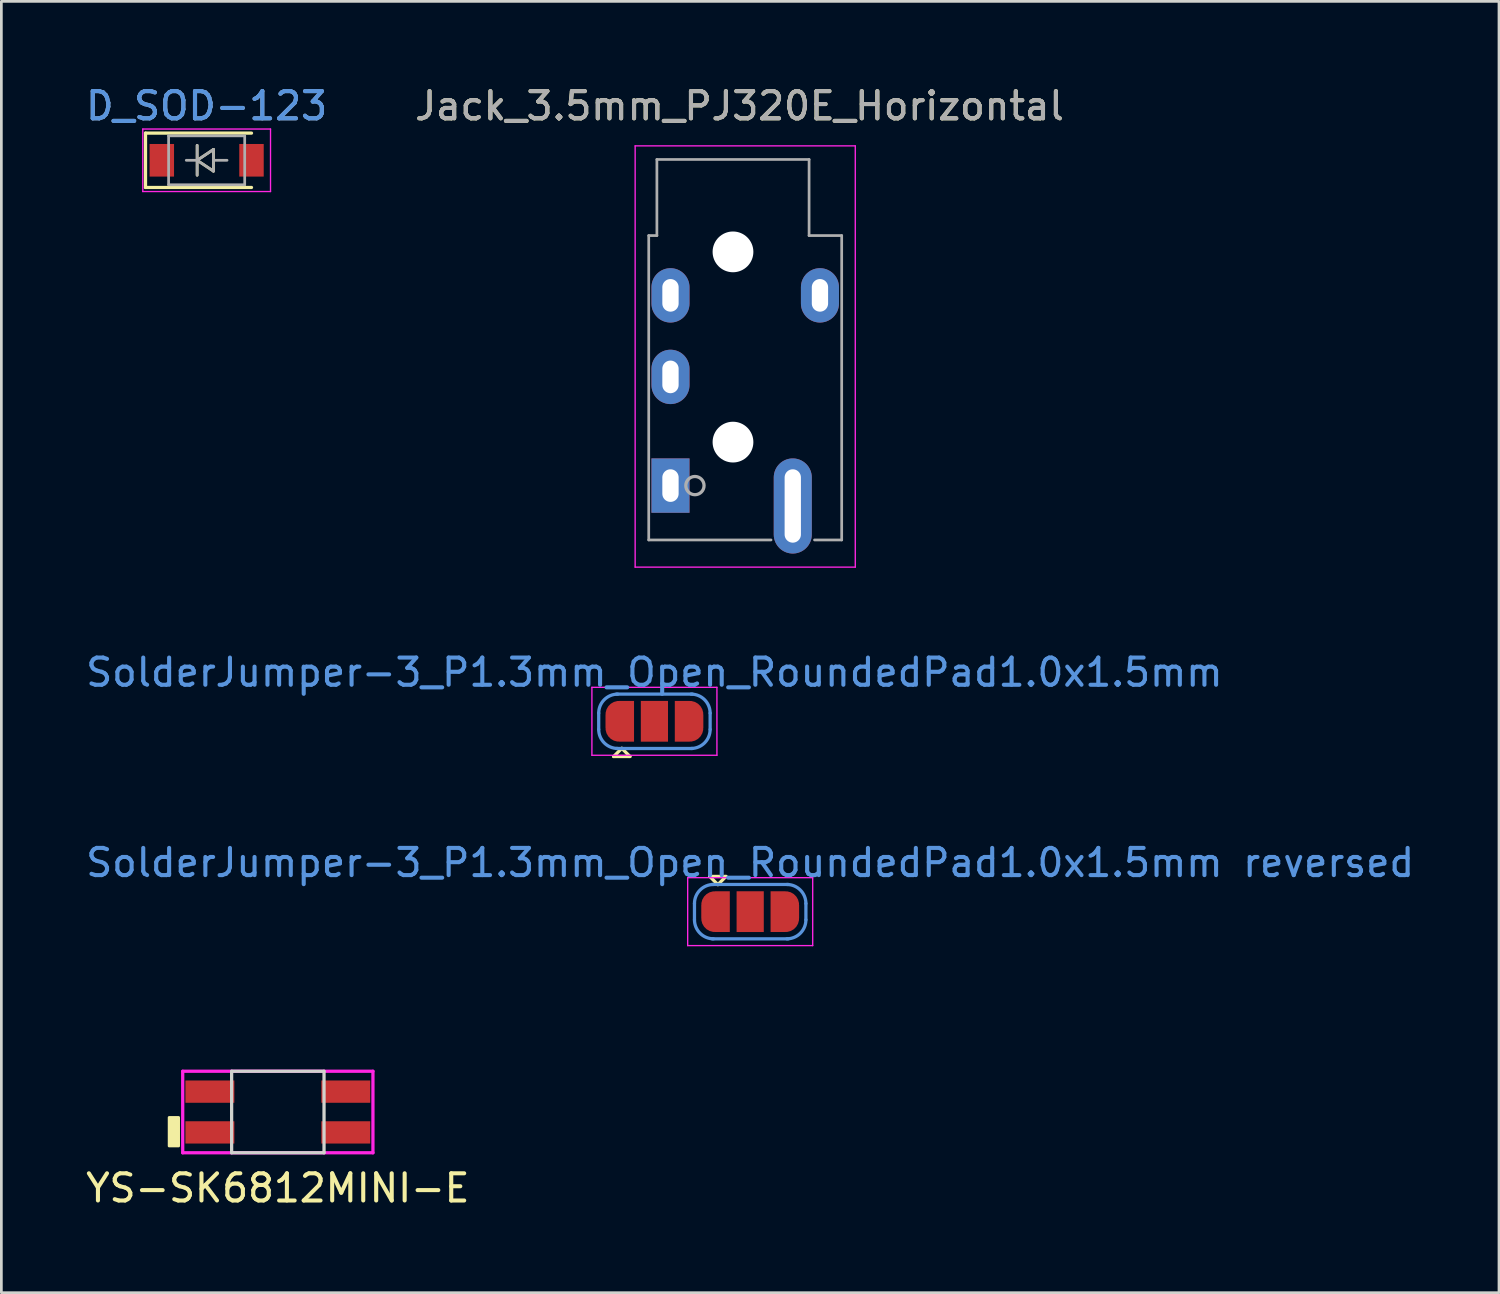
<source format=kicad_pcb>
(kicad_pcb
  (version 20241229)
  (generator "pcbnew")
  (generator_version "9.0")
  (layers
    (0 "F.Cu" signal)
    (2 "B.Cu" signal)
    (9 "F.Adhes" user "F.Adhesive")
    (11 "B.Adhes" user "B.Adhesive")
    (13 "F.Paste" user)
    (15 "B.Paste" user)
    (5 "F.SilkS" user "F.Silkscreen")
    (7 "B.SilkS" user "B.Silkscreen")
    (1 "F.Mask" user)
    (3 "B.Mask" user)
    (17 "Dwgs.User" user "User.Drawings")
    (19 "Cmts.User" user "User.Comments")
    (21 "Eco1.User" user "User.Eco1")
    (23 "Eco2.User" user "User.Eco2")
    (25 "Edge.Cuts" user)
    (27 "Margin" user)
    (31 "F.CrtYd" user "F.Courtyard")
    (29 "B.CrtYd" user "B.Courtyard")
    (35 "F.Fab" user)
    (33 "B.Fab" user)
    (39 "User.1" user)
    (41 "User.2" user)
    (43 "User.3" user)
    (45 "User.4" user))
  (footprint "SolderJumper-3_P1.3mm_Open_RoundedPad1.0x1.5mm reversed"
    (layer "F.Cu")
    (at 24.554 30.495)
    (property "Reference" "SolderJumper-3_P1.3mm_Open_RoundedPad1.0x1.5mm reversed" (at 0 -1.8 0) (layer "Cmts.User") (effects (font (size 1 1) (thickness 0.15))))
    (attr exclude_from_pos_files exclude_from_bom)
    (fp_line (start -1.189 -0.995) (end -1.489 -1.295) (stroke (width 0.12) (type solid)) (layer "F.SilkS"))
    (fp_line (start -1.189 -0.995) (end -0.889 -1.295) (stroke (width 0.12) (type solid)) (layer "F.SilkS"))
    (fp_line (start -0.889 -1.295) (end -1.489 -1.295) (stroke (width 0.12) (type solid)) (layer "F.SilkS"))
    (fp_line (start -2.05 0.3) (end -2.05 -0.3) (stroke (width 0.12) (type solid)) (layer "Cmts.User"))
    (fp_line (start -1.4 -1) (end 1.4 -1) (stroke (width 0.12) (type solid)) (layer "Cmts.User"))
    (fp_line (start 1.4 1) (end -1.4 1) (stroke (width 0.12) (type solid)) (layer "Cmts.User"))
    (fp_line (start 2.05 -0.3) (end 2.05 0.3) (stroke (width 0.12) (type solid)) (layer "Cmts.User"))
    (fp_arc (start -2.05 -0.3) (mid -1.844975 -0.794975) (end -1.35 -1) (stroke (width 0.12) (type solid)) (layer "Cmts.User"))
    (fp_arc (start -1.35 1) (mid -1.844975 0.794975) (end -2.05 0.3) (stroke (width 0.12) (type solid)) (layer "Cmts.User"))
    (fp_arc (start 1.35 -1) (mid 1.844975 -0.794975) (end 2.05 -0.3) (stroke (width 0.12) (type solid)) (layer "Cmts.User"))
    (fp_arc (start 2.05 0.3) (mid 1.844975 0.794975) (end 1.35 1) (stroke (width 0.12) (type solid)) (layer "Cmts.User"))
    (fp_line (start -2.3 -1.25) (end -2.3 1.25) (stroke (width 0.05) (type solid)) (layer "F.CrtYd"))
    (fp_line (start -2.3 -1.25) (end 2.3 -1.25) (stroke (width 0.05) (type solid)) (layer "F.CrtYd"))
    (fp_line (start 2.3 1.25) (end -2.3 1.25) (stroke (width 0.05) (type solid)) (layer "F.CrtYd"))
    (fp_line (start 2.3 1.25) (end 2.3 -1.25) (stroke (width 0.05) (type solid)) (layer "F.CrtYd"))
    (pad "1" smd custom (at -1.3 0) (size 1 0.5) (layers "F.Cu" "F.Mask") (options (anchor rect)) (primitives (gr_circle (center 0 0.25) (end 0.5 0.25) (width 0) (fill yes)) (gr_circle (center 0 -0.25) (end 0.5 -0.25) (width 0) (fill yes)) (gr_poly (pts (xy 0.55 0.75) (xy 0 0.75) (xy 0 -0.75) (xy 0.55 -0.75)) (width 0) (fill yes))))
    (pad "2" smd rect (at 0 0) (size 1 1.5) (layers "F.Cu" "F.Mask"))
    (pad "3" smd custom (at 1.3 0) (size 1 0.5) (layers "F.Cu" "F.Mask") (options (anchor rect)) (primitives (gr_circle (center 0 0.25) (end 0.5 0.25) (width 0) (fill yes)) (gr_circle (center 0 -0.25) (end 0.5 -0.25) (width 0) (fill yes)) (gr_poly (pts (xy 0 0.75) (xy -0.55 0.75) (xy -0.55 -0.75) (xy 0 -0.75)) (width 0) (fill yes)))))
  (footprint "D_SOD-123"
    (layer "F.Cu")
    (at 4.554 2.848)
    (property "Reference" "D_SOD-123" (at 0 -2 0) (layer "Cmts.User") (effects (font (size 1 1) (thickness 0.15))))
    (attr smd)
    (fp_line (start -2.25 -1) (end -2.25 1) (stroke (width 0.12) (type solid)) (layer "F.SilkS"))
    (fp_line (start -2.25 -1) (end 1.65 -1) (stroke (width 0.12) (type solid)) (layer "F.SilkS"))
    (fp_line (start -2.25 1) (end 1.65 1) (stroke (width 0.12) (type solid)) (layer "F.SilkS"))
    (fp_line (start -0.35 0) (end -0.35 -0.55) (stroke (width 0.1) (type solid)) (layer "F.SilkS"))
    (fp_line (start -0.35 0) (end -0.35 0.55) (stroke (width 0.1) (type solid)) (layer "F.SilkS"))
    (fp_line (start -0.35 0) (end 0.25 -0.4) (stroke (width 0.1) (type solid)) (layer "F.SilkS"))
    (fp_line (start 0.25 -0.4) (end 0.25 0.4) (stroke (width 0.1) (type solid)) (layer "F.SilkS"))
    (fp_line (start 0.25 0.4) (end -0.35 0) (stroke (width 0.1) (type solid)) (layer "F.SilkS"))
    (fp_line (start -2.35 -1.15) (end -2.35 1.15) (stroke (width 0.05) (type solid)) (layer "F.CrtYd"))
    (fp_line (start -2.35 -1.15) (end 2.35 -1.15) (stroke (width 0.05) (type solid)) (layer "F.CrtYd"))
    (fp_line (start 2.35 -1.15) (end 2.35 1.15) (stroke (width 0.05) (type solid)) (layer "F.CrtYd"))
    (fp_line (start 2.35 1.15) (end -2.35 1.15) (stroke (width 0.05) (type solid)) (layer "F.CrtYd"))
    (fp_line (start -1.4 -0.9) (end 1.4 -0.9) (stroke (width 0.1) (type solid)) (layer "F.Fab"))
    (fp_line (start -1.4 0.9) (end -1.4 -0.9) (stroke (width 0.1) (type solid)) (layer "F.Fab"))
    (fp_line (start -0.75 0) (end -0.35 0) (stroke (width 0.1) (type solid)) (layer "F.Fab"))
    (fp_line (start -0.35 0) (end -0.35 -0.55) (stroke (width 0.1) (type solid)) (layer "F.Fab"))
    (fp_line (start -0.35 0) (end -0.35 0.55) (stroke (width 0.1) (type solid)) (layer "F.Fab"))
    (fp_line (start -0.35 0) (end 0.25 -0.4) (stroke (width 0.1) (type solid)) (layer "F.Fab"))
    (fp_line (start 0.25 -0.4) (end 0.25 0.4) (stroke (width 0.1) (type solid)) (layer "F.Fab"))
    (fp_line (start 0.25 0) (end 0.75 0) (stroke (width 0.1) (type solid)) (layer "F.Fab"))
    (fp_line (start 0.25 0.4) (end -0.35 0) (stroke (width 0.1) (type solid)) (layer "F.Fab"))
    (fp_line (start 1.4 -0.9) (end 1.4 0.9) (stroke (width 0.1) (type solid)) (layer "F.Fab"))
    (fp_line (start 1.4 0.9) (end -1.4 0.9) (stroke (width 0.1) (type solid)) (layer "F.Fab"))
    (fp_text user "${REFERENCE}" (at 0 -2 0) (layer "F.Fab") (effects (font (size 1 1) (thickness 0.15))))
    (pad "1" smd rect (at -1.65 0) (size 0.9 1.2) (layers "F.Cu" "F.Mask" "F.Paste"))
    (pad "2" smd rect (at 1.65 0) (size 0.9 1.2) (layers "F.Cu" "F.Mask" "F.Paste")))
  (footprint "SolderJumper-3_P1.3mm_Open_RoundedPad1.0x1.5mm"
    (layer "F.Cu")
    (at 21.03 23.491)
    (property "Reference" "SolderJumper-3_P1.3mm_Open_RoundedPad1.0x1.5mm" (at 0 -1.8 0) (layer "Cmts.User") (effects (font (size 1 1) (thickness 0.15))))
    (attr exclude_from_pos_files exclude_from_bom)
    (fp_line (start -1.5 1.295) (end -0.9 1.295) (stroke (width 0.12) (type solid)) (layer "F.SilkS"))
    (fp_line (start -1.2 0.995) (end -1.5 1.295) (stroke (width 0.12) (type solid)) (layer "F.SilkS"))
    (fp_line (start -1.2 0.995) (end -0.9 1.295) (stroke (width 0.12) (type solid)) (layer "F.SilkS"))
    (fp_line (start -2.05 0.3) (end -2.05 -0.3) (stroke (width 0.12) (type solid)) (layer "Cmts.User"))
    (fp_line (start -1.4 -1) (end 1.4 -1) (stroke (width 0.12) (type solid)) (layer "Cmts.User"))
    (fp_line (start 1.4 1) (end -1.4 1) (stroke (width 0.12) (type solid)) (layer "Cmts.User"))
    (fp_line (start 2.05 -0.3) (end 2.05 0.3) (stroke (width 0.12) (type solid)) (layer "Cmts.User"))
    (fp_arc (start -2.05 -0.3) (mid -1.844975 -0.794975) (end -1.35 -1) (stroke (width 0.12) (type solid)) (layer "Cmts.User"))
    (fp_arc (start -1.35 1) (mid -1.844975 0.794975) (end -2.05 0.3) (stroke (width 0.12) (type solid)) (layer "Cmts.User"))
    (fp_arc (start 1.35 -1) (mid 1.844975 -0.794975) (end 2.05 -0.3) (stroke (width 0.12) (type solid)) (layer "Cmts.User"))
    (fp_arc (start 2.05 0.3) (mid 1.844975 0.794975) (end 1.35 1) (stroke (width 0.12) (type solid)) (layer "Cmts.User"))
    (fp_line (start -2.3 -1.25) (end -2.3 1.25) (stroke (width 0.05) (type solid)) (layer "F.CrtYd"))
    (fp_line (start -2.3 -1.25) (end 2.3 -1.25) (stroke (width 0.05) (type solid)) (layer "F.CrtYd"))
    (fp_line (start 2.3 1.25) (end -2.3 1.25) (stroke (width 0.05) (type solid)) (layer "F.CrtYd"))
    (fp_line (start 2.3 1.25) (end 2.3 -1.25) (stroke (width 0.05) (type solid)) (layer "F.CrtYd"))
    (pad "1" smd custom (at -1.3 0) (size 1 0.5) (layers "F.Cu" "F.Mask") (options (anchor rect)) (primitives (gr_circle (center 0 0.25) (end 0.5 0.25) (width 0) (fill yes)) (gr_circle (center 0 -0.25) (end 0.5 -0.25) (width 0) (fill yes)) (gr_poly (pts (xy 0.55 0.75) (xy 0 0.75) (xy 0 -0.75) (xy 0.55 -0.75)) (width 0) (fill yes))))
    (pad "2" smd rect (at 0 0) (size 1 1.5) (layers "F.Cu" "F.Mask"))
    (pad "3" smd custom (at 1.3 0) (size 1 0.5) (layers "F.Cu" "F.Mask") (options (anchor rect)) (primitives (gr_circle (center 0 0.25) (end 0.5 0.25) (width 0) (fill yes)) (gr_circle (center 0 -0.25) (end 0.5 -0.25) (width 0) (fill yes)) (gr_poly (pts (xy 0 0.75) (xy -0.55 0.75) (xy -0.55 -0.75) (xy 0 -0.75)) (width 0) (fill yes)))))
  (footprint "YS-SK6812MINI-E"
    (layer "F.Cu")
    (at 7.173 37.868)
    (property "Reference" "YS-SK6812MINI-E" (at 0 2.8 0) (layer "F.SilkS") (effects (font (size 1 1) (thickness 0.15))))
    (attr through_hole)
    (fp_poly (pts (xy -3.65 1.25) (xy -4 1.25) (xy -4 0.2) (xy -3.65 0.2)) (stroke (width 0.1) (type solid)) (fill yes) (layer "F.SilkS"))
    (fp_line (start -1.7 -1.5) (end -1.7 1.5) (stroke (width 0.12) (type solid)) (layer "Edge.Cuts"))
    (fp_line (start -1.7 1.5) (end 1.7 1.5) (stroke (width 0.12) (type solid)) (layer "Edge.Cuts"))
    (fp_line (start 1.7 -1.5) (end -1.7 -1.5) (stroke (width 0.12) (type solid)) (layer "Edge.Cuts"))
    (fp_line (start 1.7 1.5) (end 1.7 -1.5) (stroke (width 0.12) (type solid)) (layer "Edge.Cuts"))
    (fp_line (start -3.5 -1.5) (end -3.5 1.5) (stroke (width 0.12) (type solid)) (layer "F.CrtYd"))
    (fp_line (start -3.5 1.5) (end 3.5 1.5) (stroke (width 0.12) (type solid)) (layer "F.CrtYd"))
    (fp_line (start 3.5 -1.5) (end -3.5 -1.5) (stroke (width 0.12) (type solid)) (layer "F.CrtYd"))
    (fp_line (start 3.5 1.5) (end 3.5 -1.5) (stroke (width 0.12) (type solid)) (layer "F.CrtYd"))
    (fp_text user "Bottom Side" (at 0 -2.25 0) (layer "Eco1.User") (effects (font (size 1 1) (thickness 0.15))))
    (fp_text user "Up Side" (at 0 -2.25 0) (layer "Eco1.User") (effects (font (size 1 1) (thickness 0.15)) (justify mirror)))
    (pad "1" smd rect (at 2.5 -0.75) (size 1.8 0.82) (layers "F.Cu" "F.Mask" "F.Paste"))
    (pad "2" smd rect (at 2.5 0.75) (size 1.8 0.82) (layers "F.Cu" "F.Mask" "F.Paste"))
    (pad "3" smd rect (at -2.5 0.75) (size 1.8 0.82) (layers "F.Cu" "F.Mask" "F.Paste"))
    (pad "4" smd rect (at -2.5 -0.75) (size 1.8 0.82) (layers "F.Cu" "F.Mask" "F.Paste")))
  (footprint "Jack_3.5mm_PJ320E_Horizontal"
    (layer "F.Cu")
    (at 21.621 14.818)
    (property "Reference" "Jack_3.5mm_PJ320E_Horizontal" (at 2.54 -13.97 0) (layer "F.SilkS") (effects (font (size 1 1) (thickness 0.15))))
    (attr through_hole)
    (fp_line (start -1.3 -12.5) (end -1.3 3) (stroke (width 0.05) (type solid)) (layer "F.CrtYd"))
    (fp_line (start -1.3 -12.5) (end 6.8 -12.5) (stroke (width 0.05) (type solid)) (layer "F.CrtYd"))
    (fp_line (start -1.3 3) (end 6.8 3) (stroke (width 0.05) (type solid)) (layer "F.CrtYd"))
    (fp_line (start 6.8 -12.5) (end 6.8 3) (stroke (width 0.05) (type solid)) (layer "F.CrtYd"))
    (fp_line (start -0.8 -9.2) (end -0.5 -9.2) (stroke (width 0.1) (type solid)) (layer "F.Fab"))
    (fp_line (start -0.8 2) (end -0.8 -9.2) (stroke (width 0.1) (type solid)) (layer "F.Fab"))
    (fp_line (start -0.5 -12) (end 5.1 -12) (stroke (width 0.1) (type solid)) (layer "F.Fab"))
    (fp_line (start -0.5 -9.2) (end -0.5 -12) (stroke (width 0.1) (type solid)) (layer "F.Fab"))
    (fp_line (start 3.7 2) (end -0.8 2) (stroke (width 0.1) (type solid)) (layer "F.Fab"))
    (fp_line (start 5.1 -12) (end 5.1 -9.2) (stroke (width 0.1) (type solid)) (layer "F.Fab"))
    (fp_line (start 5.1 -9.2) (end 6.3 -9.2) (stroke (width 0.1) (type solid)) (layer "F.Fab"))
    (fp_line (start 6.3 -9.2) (end 6.3 2) (stroke (width 0.1) (type solid)) (layer "F.Fab"))
    (fp_line (start 6.3 2) (end 5.3 2) (stroke (width 0.1) (type solid)) (layer "F.Fab"))
    (fp_circle (center 0.9 0) (end 1.2 0.15) (stroke (width 0.12) (type solid)) (fill no) (layer "F.Fab"))
    (fp_text user "${REFERENCE}" (at 2.54 -13.97 0) (layer "F.Fab") (effects (font (size 1 1) (thickness 0.15))))
    (pad "" np_thru_hole oval (at 2.3 -8.6 270) (size 1.5 1.5) (drill oval 1.5) (layers "*.Cu" "*.Mask"))
    (pad "" np_thru_hole oval (at 2.3 -1.6 270) (size 1.5 1.5) (drill oval 1.5) (layers "*.Cu" "*.Mask"))
    (pad "" thru_hole oval (at 5.5 -7 270) (size 2 1.4) (drill oval 1.2 0.6) (layers "*.Cu" "*.Mask"))
    (pad "R1" thru_hole oval (at 0 -4 270) (size 2 1.4) (drill oval 1.2 0.6) (layers "*.Cu" "*.Mask"))
    (pad "R2" thru_hole oval (at 0 -7 270) (size 2 1.4) (drill oval 1.2 0.6) (layers "*.Cu" "*.Mask"))
    (pad "S" thru_hole oval (at 4.5 0.75 270) (size 3.5 1.4) (drill oval 2.7 0.6) (layers "*.Cu" "*.Mask"))
    (pad "T" thru_hole rect (at 0 0 270) (size 2 1.4) (drill oval 1.2 0.6) (layers "*.Cu" "*.Mask")))
  (gr_rect
    (start -3 -3)
    (end 52.107 44.517)
    (stroke (width 0.1) (type default))
    (fill no)
    (layer "Edge.Cuts")))
</source>
